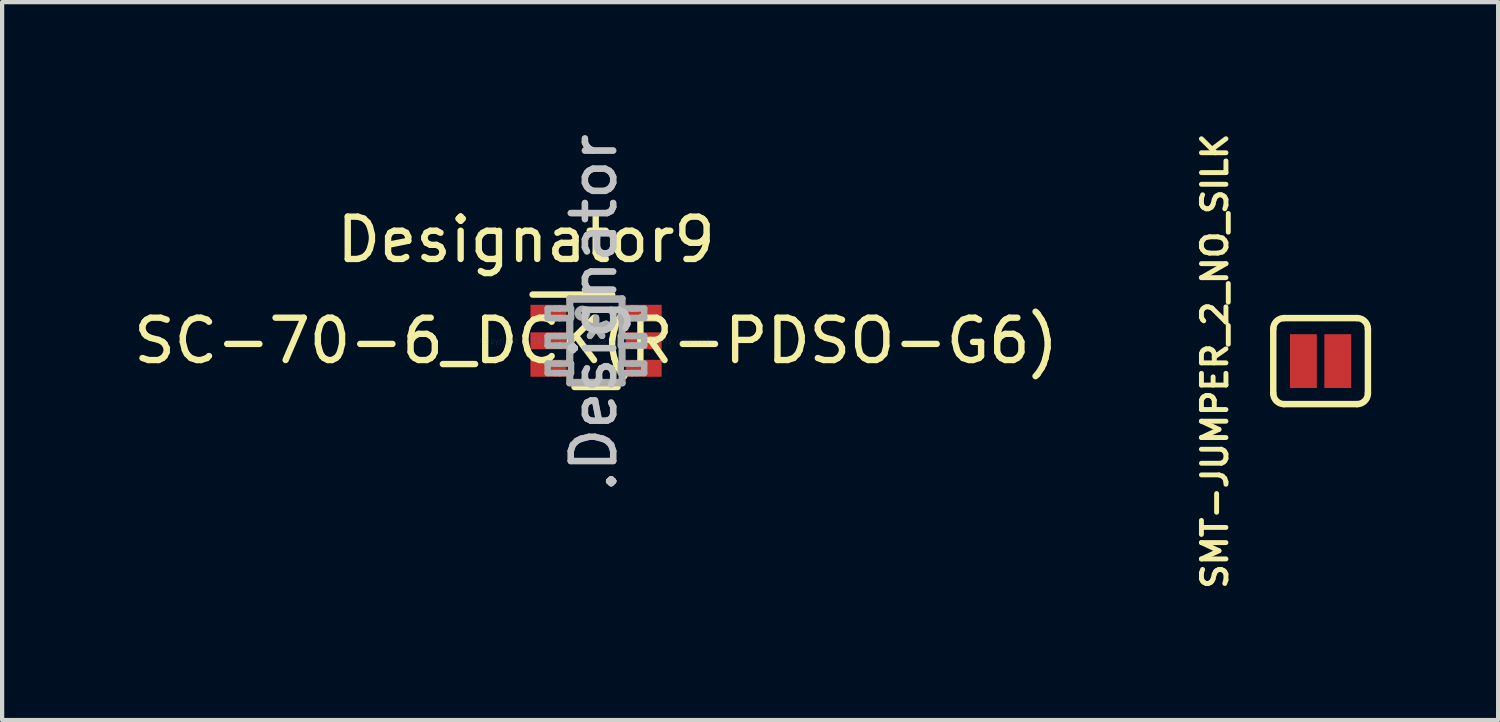
<source format=kicad_pcb>
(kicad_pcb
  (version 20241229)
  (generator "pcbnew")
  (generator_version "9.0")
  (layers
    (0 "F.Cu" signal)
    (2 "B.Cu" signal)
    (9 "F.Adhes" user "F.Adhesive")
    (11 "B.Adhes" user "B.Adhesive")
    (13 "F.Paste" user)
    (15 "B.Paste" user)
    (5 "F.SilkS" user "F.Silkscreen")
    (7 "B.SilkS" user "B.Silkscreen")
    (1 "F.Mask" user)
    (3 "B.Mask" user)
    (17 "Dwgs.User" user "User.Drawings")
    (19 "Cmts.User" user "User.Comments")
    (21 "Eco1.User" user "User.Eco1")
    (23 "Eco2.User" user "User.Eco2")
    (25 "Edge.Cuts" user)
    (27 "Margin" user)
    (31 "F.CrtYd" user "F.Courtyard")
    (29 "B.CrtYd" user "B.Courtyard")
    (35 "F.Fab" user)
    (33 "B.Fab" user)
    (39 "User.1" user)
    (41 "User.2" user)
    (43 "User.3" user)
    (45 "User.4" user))
  (footprint "SC-70-6_DCK(R-PDSO-G6)"
    (layer "F.Cu")
    (at 11.03 5)
    (property "Reference" "SC-70-6_DCK(R-PDSO-G6)" (at 0 0 0) (layer "F.SilkS") (effects (font (size 1 1) (thickness 0.15))))
    (attr through_hole)
    (fp_line (start -1.499 -1.092) (end 0.381 -1.092) (stroke (width 0.152) (type solid)) (layer "F.SilkS"))
    (fp_line (start -0.508 1.092) (end 0.508 1.092) (stroke (width 0.152) (type solid)) (layer "F.SilkS"))
    (fp_line (start -1.143 -0.762) (end -0.959 -0.762) (stroke (width 0.152) (type solid)) (layer "F.Fab"))
    (fp_line (start -1.143 -0.537) (end -1.143 -0.762) (stroke (width 0.152) (type solid)) (layer "F.Fab"))
    (fp_line (start -1.143 -0.537) (end -0.959 -0.537) (stroke (width 0.152) (type solid)) (layer "F.Fab"))
    (fp_line (start -1.143 -0.112) (end -0.959 -0.112) (stroke (width 0.152) (type solid)) (layer "F.Fab"))
    (fp_line (start -1.143 0.113) (end -1.143 -0.112) (stroke (width 0.152) (type solid)) (layer "F.Fab"))
    (fp_line (start -1.143 0.113) (end -0.959 0.113) (stroke (width 0.152) (type solid)) (layer "F.Fab"))
    (fp_line (start -1.143 0.538) (end -0.959 0.538) (stroke (width 0.152) (type solid)) (layer "F.Fab"))
    (fp_line (start -1.143 0.763) (end -1.143 0.538) (stroke (width 0.152) (type solid)) (layer "F.Fab"))
    (fp_line (start -1.143 0.763) (end -0.959 0.763) (stroke (width 0.152) (type solid)) (layer "F.Fab"))
    (fp_line (start -0.959 -0.762) (end -0.865 -0.762) (stroke (width 0.152) (type solid)) (layer "F.Fab"))
    (fp_line (start -0.959 -0.537) (end -0.865 -0.537) (stroke (width 0.152) (type solid)) (layer "F.Fab"))
    (fp_line (start -0.959 -0.112) (end -0.865 -0.112) (stroke (width 0.152) (type solid)) (layer "F.Fab"))
    (fp_line (start -0.959 0.113) (end -0.865 0.113) (stroke (width 0.152) (type solid)) (layer "F.Fab"))
    (fp_line (start -0.959 0.538) (end -0.865 0.538) (stroke (width 0.152) (type solid)) (layer "F.Fab"))
    (fp_line (start -0.959 0.763) (end -0.865 0.763) (stroke (width 0.152) (type solid)) (layer "F.Fab"))
    (fp_line (start -0.865 -0.762) (end -0.853 -0.762) (stroke (width 0.152) (type solid)) (layer "F.Fab"))
    (fp_line (start -0.865 -0.537) (end -0.853 -0.537) (stroke (width 0.152) (type solid)) (layer "F.Fab"))
    (fp_line (start -0.865 -0.112) (end -0.853 -0.112) (stroke (width 0.152) (type solid)) (layer "F.Fab"))
    (fp_line (start -0.865 0.113) (end -0.853 0.113) (stroke (width 0.152) (type solid)) (layer "F.Fab"))
    (fp_line (start -0.865 0.538) (end -0.853 0.538) (stroke (width 0.152) (type solid)) (layer "F.Fab"))
    (fp_line (start -0.865 0.763) (end -0.853 0.763) (stroke (width 0.152) (type solid)) (layer "F.Fab"))
    (fp_line (start -0.853 -0.762) (end -0.628 -0.762) (stroke (width 0.152) (type solid)) (layer "F.Fab"))
    (fp_line (start -0.853 -0.537) (end -0.628 -0.537) (stroke (width 0.152) (type solid)) (layer "F.Fab"))
    (fp_line (start -0.853 -0.112) (end -0.628 -0.112) (stroke (width 0.152) (type solid)) (layer "F.Fab"))
    (fp_line (start -0.853 0.113) (end -0.628 0.113) (stroke (width 0.152) (type solid)) (layer "F.Fab"))
    (fp_line (start -0.853 0.538) (end -0.628 0.538) (stroke (width 0.152) (type solid)) (layer "F.Fab"))
    (fp_line (start -0.853 0.763) (end -0.628 0.763) (stroke (width 0.152) (type solid)) (layer "F.Fab"))
    (fp_line (start -0.628 -0.999) (end 0.622 -0.999) (stroke (width 0.152) (type solid)) (layer "F.Fab"))
    (fp_line (start -0.628 -0.762) (end -0.628 -0.999) (stroke (width 0.152) (type solid)) (layer "F.Fab"))
    (fp_line (start -0.628 -0.762) (end -0.591 -0.762) (stroke (width 0.152) (type solid)) (layer "F.Fab"))
    (fp_line (start -0.628 -0.537) (end -0.591 -0.537) (stroke (width 0.152) (type solid)) (layer "F.Fab"))
    (fp_line (start -0.628 -0.112) (end -0.628 -0.537) (stroke (width 0.152) (type solid)) (layer "F.Fab"))
    (fp_line (start -0.628 -0.112) (end -0.591 -0.112) (stroke (width 0.152) (type solid)) (layer "F.Fab"))
    (fp_line (start -0.628 0.113) (end -0.591 0.113) (stroke (width 0.152) (type solid)) (layer "F.Fab"))
    (fp_line (start -0.628 0.538) (end -0.628 0.113) (stroke (width 0.152) (type solid)) (layer "F.Fab"))
    (fp_line (start -0.628 0.538) (end -0.591 0.538) (stroke (width 0.152) (type solid)) (layer "F.Fab"))
    (fp_line (start -0.628 0.763) (end -0.591 0.763) (stroke (width 0.152) (type solid)) (layer "F.Fab"))
    (fp_line (start -0.628 1.001) (end -0.628 0.763) (stroke (width 0.152) (type solid)) (layer "F.Fab"))
    (fp_line (start -0.628 1.001) (end 0.622 1.001) (stroke (width 0.152) (type solid)) (layer "F.Fab"))
    (fp_line (start -0.613 -0.974) (end 0.607 -0.974) (stroke (width 0.152) (type solid)) (layer "F.Fab"))
    (fp_line (start -0.613 -0.762) (end -0.613 -0.974) (stroke (width 0.152) (type solid)) (layer "F.Fab"))
    (fp_line (start -0.613 -0.112) (end -0.613 -0.537) (stroke (width 0.152) (type solid)) (layer "F.Fab"))
    (fp_line (start -0.613 0.538) (end -0.613 0.113) (stroke (width 0.152) (type solid)) (layer "F.Fab"))
    (fp_line (start -0.613 0.976) (end -0.613 0.763) (stroke (width 0.152) (type solid)) (layer "F.Fab"))
    (fp_line (start -0.613 0.976) (end 0.607 0.976) (stroke (width 0.152) (type solid)) (layer "F.Fab"))
    (fp_line (start -0.591 -0.537) (end -0.591 -0.762) (stroke (width 0.152) (type solid)) (layer "F.Fab"))
    (fp_line (start -0.591 0.113) (end -0.591 -0.112) (stroke (width 0.152) (type solid)) (layer "F.Fab"))
    (fp_line (start -0.591 0.763) (end -0.591 0.538) (stroke (width 0.152) (type solid)) (layer "F.Fab"))
    (fp_line (start 0.585 -0.762) (end 0.622 -0.762) (stroke (width 0.152) (type solid)) (layer "F.Fab"))
    (fp_line (start 0.585 -0.537) (end 0.585 -0.762) (stroke (width 0.152) (type solid)) (layer "F.Fab"))
    (fp_line (start 0.585 -0.537) (end 0.622 -0.537) (stroke (width 0.152) (type solid)) (layer "F.Fab"))
    (fp_line (start 0.585 -0.112) (end 0.622 -0.112) (stroke (width 0.152) (type solid)) (layer "F.Fab"))
    (fp_line (start 0.585 0.113) (end 0.585 -0.112) (stroke (width 0.152) (type solid)) (layer "F.Fab"))
    (fp_line (start 0.585 0.113) (end 0.622 0.113) (stroke (width 0.152) (type solid)) (layer "F.Fab"))
    (fp_line (start 0.585 0.538) (end 0.622 0.538) (stroke (width 0.152) (type solid)) (layer "F.Fab"))
    (fp_line (start 0.585 0.763) (end 0.585 0.538) (stroke (width 0.152) (type solid)) (layer "F.Fab"))
    (fp_line (start 0.585 0.763) (end 0.622 0.763) (stroke (width 0.152) (type solid)) (layer "F.Fab"))
    (fp_line (start 0.607 -0.762) (end 0.607 -0.974) (stroke (width 0.152) (type solid)) (layer "F.Fab"))
    (fp_line (start 0.607 -0.112) (end 0.607 -0.537) (stroke (width 0.152) (type solid)) (layer "F.Fab"))
    (fp_line (start 0.607 0.538) (end 0.607 0.113) (stroke (width 0.152) (type solid)) (layer "F.Fab"))
    (fp_line (start 0.607 0.976) (end 0.607 0.763) (stroke (width 0.152) (type solid)) (layer "F.Fab"))
    (fp_line (start 0.622 -0.762) (end 0.622 -0.999) (stroke (width 0.152) (type solid)) (layer "F.Fab"))
    (fp_line (start 0.622 -0.762) (end 0.847 -0.762) (stroke (width 0.152) (type solid)) (layer "F.Fab"))
    (fp_line (start 0.622 -0.537) (end 0.847 -0.537) (stroke (width 0.152) (type solid)) (layer "F.Fab"))
    (fp_line (start 0.622 -0.112) (end 0.622 -0.537) (stroke (width 0.152) (type solid)) (layer "F.Fab"))
    (fp_line (start 0.622 -0.112) (end 0.847 -0.112) (stroke (width 0.152) (type solid)) (layer "F.Fab"))
    (fp_line (start 0.622 0.113) (end 0.847 0.113) (stroke (width 0.152) (type solid)) (layer "F.Fab"))
    (fp_line (start 0.622 0.538) (end 0.622 0.113) (stroke (width 0.152) (type solid)) (layer "F.Fab"))
    (fp_line (start 0.622 0.538) (end 0.847 0.538) (stroke (width 0.152) (type solid)) (layer "F.Fab"))
    (fp_line (start 0.622 0.763) (end 0.847 0.763) (stroke (width 0.152) (type solid)) (layer "F.Fab"))
    (fp_line (start 0.622 1.001) (end 0.622 0.763) (stroke (width 0.152) (type solid)) (layer "F.Fab"))
    (fp_line (start 0.847 -0.762) (end 0.859 -0.762) (stroke (width 0.152) (type solid)) (layer "F.Fab"))
    (fp_line (start 0.847 -0.537) (end 0.859 -0.537) (stroke (width 0.152) (type solid)) (layer "F.Fab"))
    (fp_line (start 0.847 -0.112) (end 0.859 -0.112) (stroke (width 0.152) (type solid)) (layer "F.Fab"))
    (fp_line (start 0.847 0.113) (end 0.859 0.113) (stroke (width 0.152) (type solid)) (layer "F.Fab"))
    (fp_line (start 0.847 0.538) (end 0.859 0.538) (stroke (width 0.152) (type solid)) (layer "F.Fab"))
    (fp_line (start 0.847 0.763) (end 0.859 0.763) (stroke (width 0.152) (type solid)) (layer "F.Fab"))
    (fp_line (start 0.859 -0.762) (end 0.953 -0.762) (stroke (width 0.152) (type solid)) (layer "F.Fab"))
    (fp_line (start 0.859 -0.537) (end 0.953 -0.537) (stroke (width 0.152) (type solid)) (layer "F.Fab"))
    (fp_line (start 0.859 -0.112) (end 0.953 -0.112) (stroke (width 0.152) (type solid)) (layer "F.Fab"))
    (fp_line (start 0.859 0.113) (end 0.953 0.113) (stroke (width 0.152) (type solid)) (layer "F.Fab"))
    (fp_line (start 0.859 0.538) (end 0.953 0.538) (stroke (width 0.152) (type solid)) (layer "F.Fab"))
    (fp_line (start 0.859 0.763) (end 0.953 0.763) (stroke (width 0.152) (type solid)) (layer "F.Fab"))
    (fp_line (start 0.953 -0.762) (end 1.137 -0.762) (stroke (width 0.152) (type solid)) (layer "F.Fab"))
    (fp_line (start 0.953 -0.537) (end 1.137 -0.537) (stroke (width 0.152) (type solid)) (layer "F.Fab"))
    (fp_line (start 0.953 -0.112) (end 1.137 -0.112) (stroke (width 0.152) (type solid)) (layer "F.Fab"))
    (fp_line (start 0.953 0.113) (end 1.137 0.113) (stroke (width 0.152) (type solid)) (layer "F.Fab"))
    (fp_line (start 0.953 0.538) (end 1.137 0.538) (stroke (width 0.152) (type solid)) (layer "F.Fab"))
    (fp_line (start 0.953 0.763) (end 1.137 0.763) (stroke (width 0.152) (type solid)) (layer "F.Fab"))
    (fp_line (start 1.137 -0.537) (end 1.137 -0.762) (stroke (width 0.152) (type solid)) (layer "F.Fab"))
    (fp_line (start 1.137 0.113) (end 1.137 -0.112) (stroke (width 0.152) (type solid)) (layer "F.Fab"))
    (fp_line (start 1.137 0.763) (end 1.137 0.538) (stroke (width 0.152) (type solid)) (layer "F.Fab"))
    (fp_arc (start -0.431546 -0.650138) (mid -0.323177 -0.758507) (end -0.214808 -0.650138) (stroke (width 0.1524) (type solid)) (layer "F.Fab"))
    (fp_arc (start -0.214808 -0.650138) (mid -0.323177 -0.541769) (end -0.431546 -0.650138) (stroke (width 0.1524) (type solid)) (layer "F.Fab"))
    (fp_text user "Designator9" (at -1.651 -2.388 0) (layer "F.SilkS") (effects (font (size 1 1) (thickness 0.15))))
    (fp_text user "*" (at 0 0 0) (layer "F.SilkS") (effects (font (size 1 1) (thickness 0.15))))
    (fp_text user ".Designator" (at -0.051 -0.66 270) (layer "Dwgs.User") (effects (font (size 1 1) (thickness 0.15))))
    (fp_text user "Copyright 2016 Accelerated Designs. All rights reserved." (at 0 0 0) (layer "Cmts.User") (effects (font (size 0.127 0.127) (thickness 0.002))))
    (fp_text user "*" (at 0 0 0) (layer "F.Fab") (effects (font (size 1 1) (thickness 0.15))))
    (fp_text user ".Designator" (at -0.051 -0.66 270) (layer "F.Fab") (effects (font (size 1 1) (thickness 0.15))))
    (pad "1" smd rect (at -1.125 -0.65 90) (size 0.4 0.85) (layers "F.Cu" "F.Mask" "F.Paste"))
    (pad "2" smd rect (at -1.125 0 90) (size 0.4 0.85) (layers "F.Cu" "F.Mask" "F.Paste"))
    (pad "3" smd rect (at -1.125 0.65 90) (size 0.4 0.85) (layers "F.Cu" "F.Mask" "F.Paste"))
    (pad "4" smd rect (at 1.125 0.65 90) (size 0.4 0.85) (layers "F.Cu" "F.Mask" "F.Paste"))
    (pad "5" smd rect (at 1.125 0 90) (size 0.4 0.85) (layers "F.Cu" "F.Mask" "F.Paste"))
    (pad "6" smd rect (at 1.125 -0.65 90) (size 0.4 0.85) (layers "F.Cu" "F.Mask" "F.Paste")))
  (footprint "SMT-JUMPER_2_NO_SILK"
    (layer "F.Cu")
    (at 28.145 5.48)
    (property "Reference" "SMT-JUMPER_2_NO_SILK" (at -2.159 0 270) (layer "F.SilkS") (effects (font (size 0.579 0.579) (thickness 0.116)) (justify bottom)))
    (attr through_hole)
    (fp_line (start -1.118 0.762) (end -1.118 -0.762) (stroke (width 0.152) (type solid)) (layer "F.SilkS"))
    (fp_line (start -0.864 -1.016) (end 0.864 -1.016) (stroke (width 0.152) (type solid)) (layer "F.SilkS"))
    (fp_line (start 0.864 1.016) (end -0.864 1.016) (stroke (width 0.152) (type solid)) (layer "F.SilkS"))
    (fp_line (start 1.118 0.762) (end 1.118 -0.762) (stroke (width 0.152) (type solid)) (layer "F.SilkS"))
    (fp_arc (start -1.1176 -0.762) (mid -1.043205 -0.941605) (end -0.8636 -1.016) (stroke (width 0.1524) (type solid)) (layer "F.SilkS"))
    (fp_arc (start -0.8636 1.016) (mid -1.043205 0.941605) (end -1.1176 0.762) (stroke (width 0.1524) (type solid)) (layer "F.SilkS"))
    (fp_arc (start 0.8636 -1.016) (mid 1.043205 -0.941605) (end 1.1176 -0.762) (stroke (width 0.1524) (type solid)) (layer "F.SilkS"))
    (fp_arc (start 1.1176 0.762) (mid 1.043205 0.941605) (end 0.8636 1.016) (stroke (width 0.1524) (type solid)) (layer "F.SilkS"))
    (pad "1" smd rect (at -0.406 0) (size 0.635 1.27) (layers "F.Cu" "F.Mask"))
    (pad "2" smd rect (at 0.406 0) (size 0.635 1.27) (layers "F.Cu" "F.Mask")))
  (gr_rect
    (start -3 -3)
    (end 32.339 13.959)
    (stroke (width 0.1) (type default))
    (fill no)
    (layer "Edge.Cuts")))
</source>
